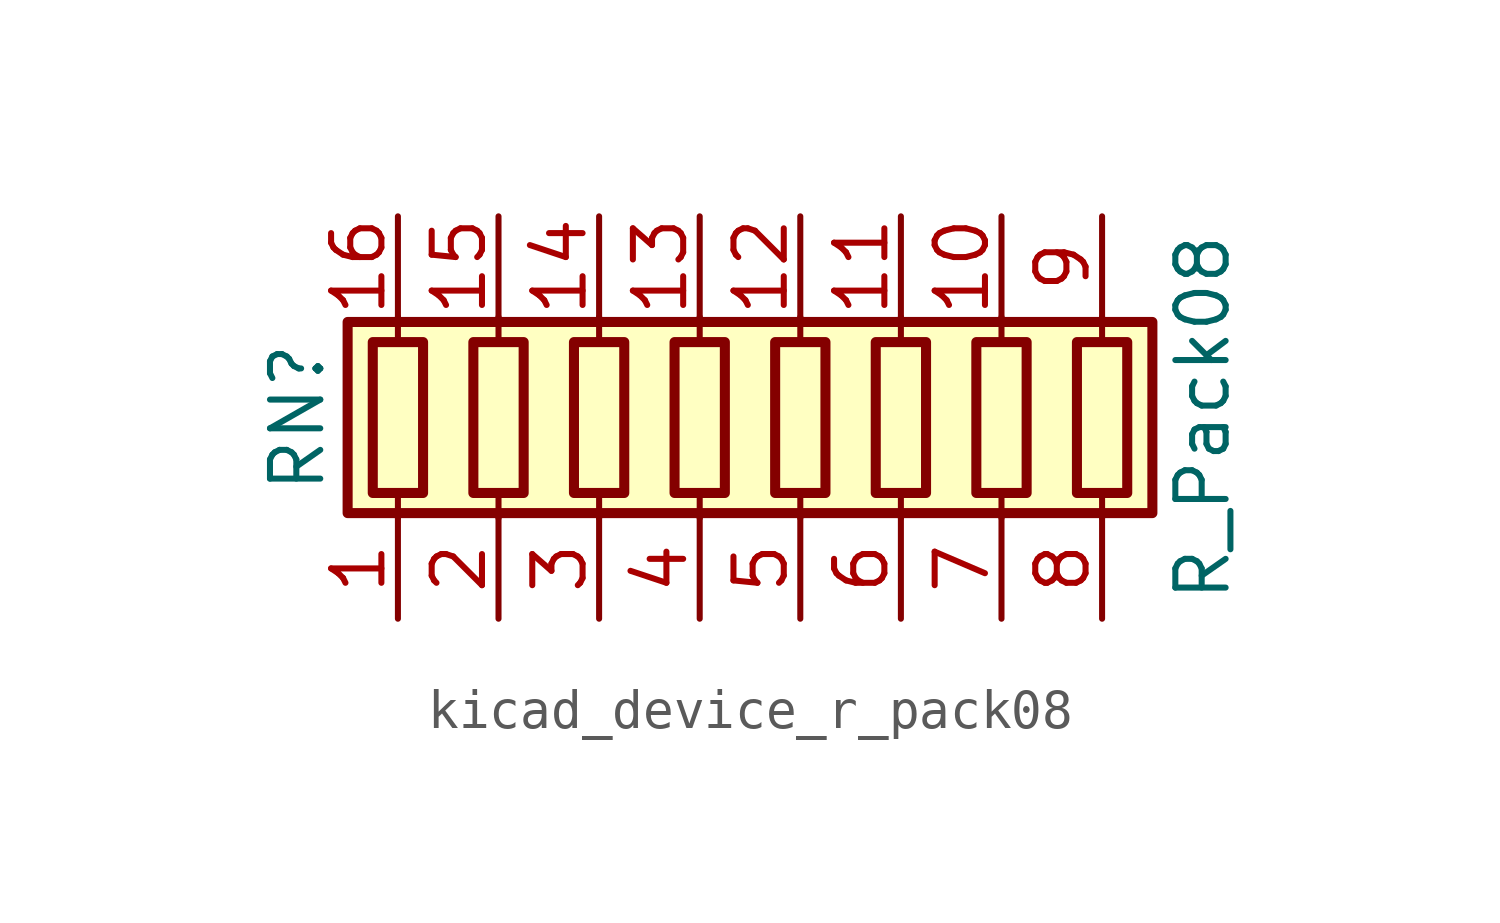
<source format=kicad_sym>
(kicad_symbol_lib
  (version 20220914)
  (generator kicad_symbol_editor)
  (symbol "kicad_device_r_pack08"
    (pin_names
      (offset 0) hide)
    (property "Reference" "RN"
      (at -12.7 0 90)
      (effects (font (size 1.27 1.27))))
    (property "Value" "R_Pack08"
      (at 10.16 0 90)
      (effects (font (size 1.27 1.27))))
    (symbol "kicad_device_r_pack08_0_1"
      (rectangle (start -11.43 -2.413) (end 8.89 2.413) (stroke (width 0.254) (type default)) (fill (type background)))
      (rectangle (start -10.795 1.905) (end -9.525 -1.905) (stroke (width 0.254) (type default)) (fill (type none)))
      (rectangle (start -8.255 1.905) (end -6.985 -1.905) (stroke (width 0.254) (type default)) (fill (type none)))
      (rectangle (start -5.715 1.905) (end -4.445 -1.905) (stroke (width 0.254) (type default)) (fill (type none)))
      (rectangle (start -3.175 1.905) (end -1.905 -1.905) (stroke (width 0.254) (type default)) (fill (type none)))
      (rectangle (start -0.635 1.905) (end 0.635 -1.905) (stroke (width 0.254) (type default)) (fill (type none)))
      (polyline (pts (xy -10.16 -2.54) (xy -10.16 -1.905)) (stroke (width 0) (type default)) (fill (type none)))
      (polyline (pts (xy -10.16 1.905) (xy -10.16 2.54)) (stroke (width 0) (type default)) (fill (type none)))
      (polyline (pts (xy -7.62 -2.54) (xy -7.62 -1.905)) (stroke (width 0) (type default)) (fill (type none)))
      (polyline (pts (xy -7.62 1.905) (xy -7.62 2.54)) (stroke (width 0) (type default)) (fill (type none)))
      (polyline (pts (xy -5.08 -2.54) (xy -5.08 -1.905)) (stroke (width 0) (type default)) (fill (type none)))
      (polyline (pts (xy -5.08 1.905) (xy -5.08 2.54)) (stroke (width 0) (type default)) (fill (type none)))
      (polyline (pts (xy -2.54 -2.54) (xy -2.54 -1.905)) (stroke (width 0) (type default)) (fill (type none)))
      (polyline (pts (xy -2.54 1.905) (xy -2.54 2.54)) (stroke (width 0) (type default)) (fill (type none)))
      (polyline (pts (xy 0 -2.54) (xy 0 -1.905)) (stroke (width 0) (type default)) (fill (type none)))
      (polyline (pts (xy 0 1.905) (xy 0 2.54)) (stroke (width 0) (type default)) (fill (type none)))
      (polyline (pts (xy 2.54 -2.54) (xy 2.54 -1.905)) (stroke (width 0) (type default)) (fill (type none)))
      (polyline (pts (xy 2.54 1.905) (xy 2.54 2.54)) (stroke (width 0) (type default)) (fill (type none)))
      (polyline (pts (xy 5.08 -2.54) (xy 5.08 -1.905)) (stroke (width 0) (type default)) (fill (type none)))
      (polyline (pts (xy 5.08 1.905) (xy 5.08 2.54)) (stroke (width 0) (type default)) (fill (type none)))
      (polyline (pts (xy 7.62 -2.54) (xy 7.62 -1.905)) (stroke (width 0) (type default)) (fill (type none)))
      (polyline (pts (xy 7.62 1.905) (xy 7.62 2.54)) (stroke (width 0) (type default)) (fill (type none)))
      (rectangle (start 1.905 1.905) (end 3.175 -1.905) (stroke (width 0.254) (type default)) (fill (type none)))
      (rectangle (start 4.445 1.905) (end 5.715 -1.905) (stroke (width 0.254) (type default)) (fill (type none)))
      (rectangle (start 6.985 1.905) (end 8.255 -1.905) (stroke (width 0.254) (type default)) (fill (type none))))
    (symbol "kicad_device_r_pack08_1_1"
      (pin passive line (at -10.16 -5.08 90) (length 2.54) (name "R1.1" (effects (font (size 1.27 1.27)))) (number "1" (effects (font (size 1.27 1.27)))))
      (pin passive line (at 5.08 5.08 270) (length 2.54) (name "R7.2" (effects (font (size 1.27 1.27)))) (number "10" (effects (font (size 1.27 1.27)))))
      (pin passive line (at 2.54 5.08 270) (length 2.54) (name "R6.2" (effects (font (size 1.27 1.27)))) (number "11" (effects (font (size 1.27 1.27)))))
      (pin passive line (at 0 5.08 270) (length 2.54) (name "R5.2" (effects (font (size 1.27 1.27)))) (number "12" (effects (font (size 1.27 1.27)))))
      (pin passive line (at -2.54 5.08 270) (length 2.54) (name "R4.2" (effects (font (size 1.27 1.27)))) (number "13" (effects (font (size 1.27 1.27)))))
      (pin passive line (at -5.08 5.08 270) (length 2.54) (name "R3.2" (effects (font (size 1.27 1.27)))) (number "14" (effects (font (size 1.27 1.27)))))
      (pin passive line (at -7.62 5.08 270) (length 2.54) (name "R2.2" (effects (font (size 1.27 1.27)))) (number "15" (effects (font (size 1.27 1.27)))))
      (pin passive line (at -10.16 5.08 270) (length 2.54) (name "R1.2" (effects (font (size 1.27 1.27)))) (number "16" (effects (font (size 1.27 1.27)))))
      (pin passive line (at -7.62 -5.08 90) (length 2.54) (name "R2.1" (effects (font (size 1.27 1.27)))) (number "2" (effects (font (size 1.27 1.27)))))
      (pin passive line (at -5.08 -5.08 90) (length 2.54) (name "R3.1" (effects (font (size 1.27 1.27)))) (number "3" (effects (font (size 1.27 1.27)))))
      (pin passive line (at -2.54 -5.08 90) (length 2.54) (name "R4.1" (effects (font (size 1.27 1.27)))) (number "4" (effects (font (size 1.27 1.27)))))
      (pin passive line (at 0 -5.08 90) (length 2.54) (name "R5.1" (effects (font (size 1.27 1.27)))) (number "5" (effects (font (size 1.27 1.27)))))
      (pin passive line (at 2.54 -5.08 90) (length 2.54) (name "R6.1" (effects (font (size 1.27 1.27)))) (number "6" (effects (font (size 1.27 1.27)))))
      (pin passive line (at 5.08 -5.08 90) (length 2.54) (name "R7.1" (effects (font (size 1.27 1.27)))) (number "7" (effects (font (size 1.27 1.27)))))
      (pin passive line (at 7.62 -5.08 90) (length 2.54) (name "R8.1" (effects (font (size 1.27 1.27)))) (number "8" (effects (font (size 1.27 1.27)))))
      (pin passive line (at 7.62 5.08 270) (length 2.54) (name "R8.2" (effects (font (size 1.27 1.27)))) (number "9" (effects (font (size 1.27 1.27))))))))
</source>
